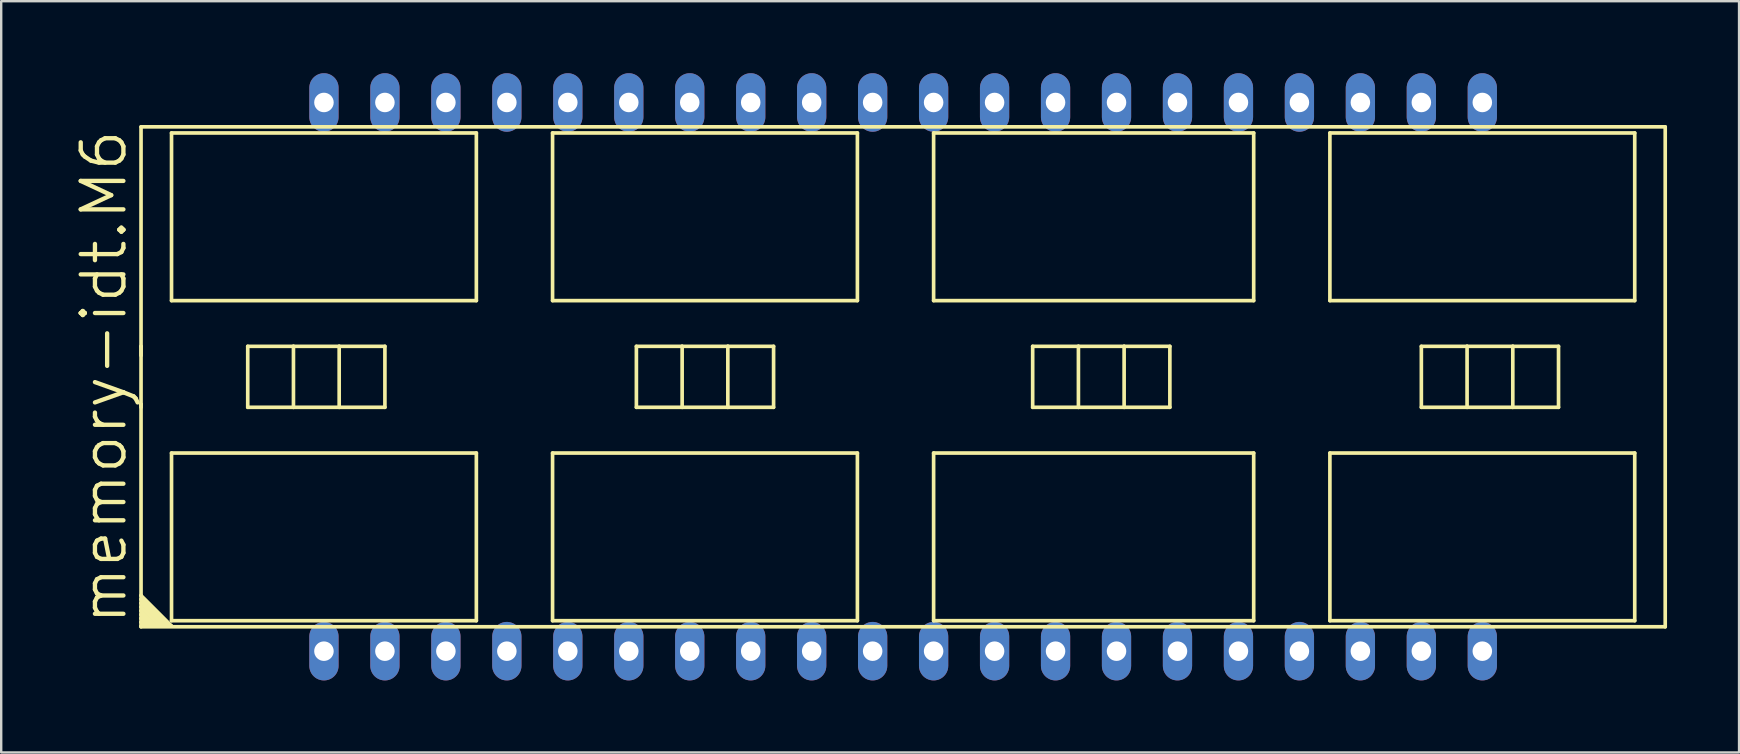
<source format=kicad_pcb>
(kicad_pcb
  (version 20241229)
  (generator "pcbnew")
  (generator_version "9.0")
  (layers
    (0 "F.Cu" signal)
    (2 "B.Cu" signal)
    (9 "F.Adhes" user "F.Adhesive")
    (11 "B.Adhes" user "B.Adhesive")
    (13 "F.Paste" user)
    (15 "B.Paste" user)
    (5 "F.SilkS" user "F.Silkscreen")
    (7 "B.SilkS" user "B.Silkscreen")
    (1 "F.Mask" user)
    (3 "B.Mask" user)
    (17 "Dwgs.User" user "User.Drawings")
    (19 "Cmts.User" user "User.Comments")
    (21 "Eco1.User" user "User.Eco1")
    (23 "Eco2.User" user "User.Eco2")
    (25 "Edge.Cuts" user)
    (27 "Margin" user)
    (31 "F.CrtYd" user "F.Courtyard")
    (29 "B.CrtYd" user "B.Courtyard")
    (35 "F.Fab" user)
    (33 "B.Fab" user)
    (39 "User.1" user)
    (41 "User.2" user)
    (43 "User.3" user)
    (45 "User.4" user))
  (footprint "memory-idt.M6"
    (layer "F.Cu")
    (at 34.576 12.649)
    (property "Reference" "memory-idt.M6" (at -32.258 10.414 90) (layer "F.SilkS") (effects (font (size 1.778 1.778) (thickness 0.18)) (justify left bottom)))
    (attr through_hole)
    (fp_line (start -31.75 -10.414) (end -31.75 -1.27) (stroke (width 0.152) (type default)) (layer "F.SilkS"))
    (fp_line (start -31.75 -1.27) (end -31.75 -0.889) (stroke (width 0.152) (type default)) (layer "F.SilkS"))
    (fp_line (start -31.75 -1.27) (end -31.75 1.143) (stroke (width 0.152) (type default)) (layer "F.SilkS"))
    (fp_line (start -31.75 1.143) (end -31.75 1.27) (stroke (width 0.152) (type default)) (layer "F.SilkS"))
    (fp_line (start -31.75 9.112) (end -31.75 1.143) (stroke (width 0.152) (type default)) (layer "F.SilkS"))
    (fp_line (start -31.75 9.112) (end -30.48 10.382) (stroke (width 0.152) (type default)) (layer "F.SilkS"))
    (fp_line (start -31.75 9.271) (end -31.75 9.112) (stroke (width 0.152) (type default)) (layer "F.SilkS"))
    (fp_line (start -31.75 9.271) (end -30.639 10.382) (stroke (width 0.152) (type default)) (layer "F.SilkS"))
    (fp_line (start -31.75 9.43) (end -31.75 9.271) (stroke (width 0.152) (type default)) (layer "F.SilkS"))
    (fp_line (start -31.75 9.43) (end -30.798 10.382) (stroke (width 0.152) (type default)) (layer "F.SilkS"))
    (fp_line (start -31.75 9.589) (end -31.75 9.43) (stroke (width 0.152) (type default)) (layer "F.SilkS"))
    (fp_line (start -31.75 9.589) (end -30.956 10.382) (stroke (width 0.152) (type default)) (layer "F.SilkS"))
    (fp_line (start -31.75 9.747) (end -31.75 9.589) (stroke (width 0.152) (type default)) (layer "F.SilkS"))
    (fp_line (start -31.75 9.747) (end -31.115 10.382) (stroke (width 0.152) (type default)) (layer "F.SilkS"))
    (fp_line (start -31.75 9.906) (end -31.75 9.747) (stroke (width 0.152) (type default)) (layer "F.SilkS"))
    (fp_line (start -31.75 9.906) (end -31.274 10.382) (stroke (width 0.152) (type default)) (layer "F.SilkS"))
    (fp_line (start -31.75 10.065) (end -31.75 9.906) (stroke (width 0.152) (type default)) (layer "F.SilkS"))
    (fp_line (start -31.75 10.065) (end -31.433 10.382) (stroke (width 0.152) (type default)) (layer "F.SilkS"))
    (fp_line (start -31.75 10.224) (end -31.75 10.065) (stroke (width 0.152) (type default)) (layer "F.SilkS"))
    (fp_line (start -31.75 10.224) (end -31.591 10.382) (stroke (width 0.152) (type default)) (layer "F.SilkS"))
    (fp_line (start -31.75 10.382) (end -31.75 10.224) (stroke (width 0.152) (type default)) (layer "F.SilkS"))
    (fp_line (start -31.75 10.382) (end -31.591 10.382) (stroke (width 0.152) (type default)) (layer "F.SilkS"))
    (fp_line (start -31.75 10.414) (end -31.75 10.382) (stroke (width 0.152) (type default)) (layer "F.SilkS"))
    (fp_line (start -31.75 10.414) (end 31.75 10.414) (stroke (width 0.152) (type default)) (layer "F.SilkS"))
    (fp_line (start -31.591 10.382) (end -31.433 10.382) (stroke (width 0.152) (type default)) (layer "F.SilkS"))
    (fp_line (start -31.433 10.382) (end -31.274 10.382) (stroke (width 0.152) (type default)) (layer "F.SilkS"))
    (fp_line (start -31.274 10.382) (end -31.115 10.382) (stroke (width 0.152) (type default)) (layer "F.SilkS"))
    (fp_line (start -31.115 10.382) (end -30.956 10.382) (stroke (width 0.152) (type default)) (layer "F.SilkS"))
    (fp_line (start -30.956 10.382) (end -30.798 10.382) (stroke (width 0.152) (type default)) (layer "F.SilkS"))
    (fp_line (start -30.798 10.382) (end -30.639 10.382) (stroke (width 0.152) (type default)) (layer "F.SilkS"))
    (fp_line (start -30.639 10.382) (end -30.48 10.382) (stroke (width 0.152) (type default)) (layer "F.SilkS"))
    (fp_line (start -30.48 -10.16) (end -30.48 -3.175) (stroke (width 0.152) (type default)) (layer "F.SilkS"))
    (fp_line (start -30.48 -3.175) (end -17.78 -3.175) (stroke (width 0.152) (type default)) (layer "F.SilkS"))
    (fp_line (start -30.48 3.175) (end -30.48 10.16) (stroke (width 0.152) (type default)) (layer "F.SilkS"))
    (fp_line (start -30.48 10.16) (end -17.78 10.16) (stroke (width 0.152) (type default)) (layer "F.SilkS"))
    (fp_line (start -27.305 -1.27) (end -27.305 1.27) (stroke (width 0.152) (type default)) (layer "F.SilkS"))
    (fp_line (start -27.305 -1.27) (end -25.4 -1.27) (stroke (width 0.152) (type default)) (layer "F.SilkS"))
    (fp_line (start -27.305 1.27) (end -25.4 1.27) (stroke (width 0.152) (type default)) (layer "F.SilkS"))
    (fp_line (start -25.4 -1.27) (end -25.4 1.27) (stroke (width 0.152) (type default)) (layer "F.SilkS"))
    (fp_line (start -25.4 -1.27) (end -23.495 -1.27) (stroke (width 0.152) (type default)) (layer "F.SilkS"))
    (fp_line (start -25.4 1.27) (end -23.495 1.27) (stroke (width 0.152) (type default)) (layer "F.SilkS"))
    (fp_line (start -23.495 -1.27) (end -23.495 1.27) (stroke (width 0.152) (type default)) (layer "F.SilkS"))
    (fp_line (start -23.495 -1.27) (end -21.59 -1.27) (stroke (width 0.152) (type default)) (layer "F.SilkS"))
    (fp_line (start -23.495 1.27) (end -21.59 1.27) (stroke (width 0.152) (type default)) (layer "F.SilkS"))
    (fp_line (start -21.59 -1.27) (end -21.59 1.27) (stroke (width 0.152) (type default)) (layer "F.SilkS"))
    (fp_line (start -17.78 -10.16) (end -30.48 -10.16) (stroke (width 0.152) (type default)) (layer "F.SilkS"))
    (fp_line (start -17.78 -3.175) (end -17.78 -10.16) (stroke (width 0.152) (type default)) (layer "F.SilkS"))
    (fp_line (start -17.78 3.175) (end -30.48 3.175) (stroke (width 0.152) (type default)) (layer "F.SilkS"))
    (fp_line (start -17.78 10.16) (end -17.78 3.175) (stroke (width 0.152) (type default)) (layer "F.SilkS"))
    (fp_line (start -14.605 -10.16) (end -1.905 -10.16) (stroke (width 0.152) (type default)) (layer "F.SilkS"))
    (fp_line (start -14.605 -3.175) (end -14.605 -10.16) (stroke (width 0.152) (type default)) (layer "F.SilkS"))
    (fp_line (start -14.605 3.175) (end -14.605 10.16) (stroke (width 0.152) (type default)) (layer "F.SilkS"))
    (fp_line (start -14.605 10.16) (end -1.905 10.16) (stroke (width 0.152) (type default)) (layer "F.SilkS"))
    (fp_line (start -11.113 -1.27) (end -11.113 1.27) (stroke (width 0.152) (type default)) (layer "F.SilkS"))
    (fp_line (start -11.113 -1.27) (end -9.207 -1.27) (stroke (width 0.152) (type default)) (layer "F.SilkS"))
    (fp_line (start -11.113 1.27) (end -9.207 1.27) (stroke (width 0.152) (type default)) (layer "F.SilkS"))
    (fp_line (start -9.207 -1.27) (end -9.207 1.27) (stroke (width 0.152) (type default)) (layer "F.SilkS"))
    (fp_line (start -9.207 -1.27) (end -7.303 -1.27) (stroke (width 0.152) (type default)) (layer "F.SilkS"))
    (fp_line (start -9.207 1.27) (end -7.303 1.27) (stroke (width 0.152) (type default)) (layer "F.SilkS"))
    (fp_line (start -7.303 -1.27) (end -7.303 1.27) (stroke (width 0.152) (type default)) (layer "F.SilkS"))
    (fp_line (start -7.303 -1.27) (end -5.397 -1.27) (stroke (width 0.152) (type default)) (layer "F.SilkS"))
    (fp_line (start -7.303 1.27) (end -5.397 1.27) (stroke (width 0.152) (type default)) (layer "F.SilkS"))
    (fp_line (start -5.397 -1.27) (end -5.397 1.27) (stroke (width 0.152) (type default)) (layer "F.SilkS"))
    (fp_line (start -1.905 -10.16) (end -1.905 -3.175) (stroke (width 0.152) (type default)) (layer "F.SilkS"))
    (fp_line (start -1.905 -3.175) (end -14.605 -3.175) (stroke (width 0.152) (type default)) (layer "F.SilkS"))
    (fp_line (start -1.905 3.175) (end -14.605 3.175) (stroke (width 0.152) (type default)) (layer "F.SilkS"))
    (fp_line (start -1.905 10.16) (end -1.905 3.175) (stroke (width 0.152) (type default)) (layer "F.SilkS"))
    (fp_line (start 1.27 -10.16) (end 14.605 -10.16) (stroke (width 0.152) (type default)) (layer "F.SilkS"))
    (fp_line (start 1.27 -3.175) (end 1.27 -10.16) (stroke (width 0.152) (type default)) (layer "F.SilkS"))
    (fp_line (start 1.27 3.175) (end 1.27 10.16) (stroke (width 0.152) (type default)) (layer "F.SilkS"))
    (fp_line (start 1.27 10.16) (end 14.605 10.16) (stroke (width 0.152) (type default)) (layer "F.SilkS"))
    (fp_line (start 5.397 -1.27) (end 5.397 1.27) (stroke (width 0.152) (type default)) (layer "F.SilkS"))
    (fp_line (start 5.397 -1.27) (end 7.303 -1.27) (stroke (width 0.152) (type default)) (layer "F.SilkS"))
    (fp_line (start 5.397 1.27) (end 7.303 1.27) (stroke (width 0.152) (type default)) (layer "F.SilkS"))
    (fp_line (start 7.303 -1.27) (end 7.303 1.27) (stroke (width 0.152) (type default)) (layer "F.SilkS"))
    (fp_line (start 7.303 -1.27) (end 9.207 -1.27) (stroke (width 0.152) (type default)) (layer "F.SilkS"))
    (fp_line (start 7.303 1.27) (end 9.207 1.27) (stroke (width 0.152) (type default)) (layer "F.SilkS"))
    (fp_line (start 9.207 -1.27) (end 9.207 1.27) (stroke (width 0.152) (type default)) (layer "F.SilkS"))
    (fp_line (start 9.207 -1.27) (end 11.113 -1.27) (stroke (width 0.152) (type default)) (layer "F.SilkS"))
    (fp_line (start 9.207 1.27) (end 11.113 1.27) (stroke (width 0.152) (type default)) (layer "F.SilkS"))
    (fp_line (start 11.113 -1.27) (end 11.113 1.27) (stroke (width 0.152) (type default)) (layer "F.SilkS"))
    (fp_line (start 14.605 -10.16) (end 14.605 -3.175) (stroke (width 0.152) (type default)) (layer "F.SilkS"))
    (fp_line (start 14.605 -3.175) (end 1.27 -3.175) (stroke (width 0.152) (type default)) (layer "F.SilkS"))
    (fp_line (start 14.605 3.175) (end 1.27 3.175) (stroke (width 0.152) (type default)) (layer "F.SilkS"))
    (fp_line (start 14.605 10.16) (end 14.605 3.175) (stroke (width 0.152) (type default)) (layer "F.SilkS"))
    (fp_line (start 17.78 -10.16) (end 30.48 -10.16) (stroke (width 0.152) (type default)) (layer "F.SilkS"))
    (fp_line (start 17.78 -3.175) (end 17.78 -10.16) (stroke (width 0.152) (type default)) (layer "F.SilkS"))
    (fp_line (start 17.78 3.175) (end 17.78 10.16) (stroke (width 0.152) (type default)) (layer "F.SilkS"))
    (fp_line (start 17.78 10.16) (end 30.48 10.16) (stroke (width 0.152) (type default)) (layer "F.SilkS"))
    (fp_line (start 21.59 -1.27) (end 21.59 1.27) (stroke (width 0.152) (type default)) (layer "F.SilkS"))
    (fp_line (start 21.59 -1.27) (end 23.495 -1.27) (stroke (width 0.152) (type default)) (layer "F.SilkS"))
    (fp_line (start 21.59 1.27) (end 23.495 1.27) (stroke (width 0.152) (type default)) (layer "F.SilkS"))
    (fp_line (start 23.495 -1.27) (end 23.495 1.27) (stroke (width 0.152) (type default)) (layer "F.SilkS"))
    (fp_line (start 23.495 -1.27) (end 25.4 -1.27) (stroke (width 0.152) (type default)) (layer "F.SilkS"))
    (fp_line (start 23.495 1.27) (end 25.4 1.27) (stroke (width 0.152) (type default)) (layer "F.SilkS"))
    (fp_line (start 25.4 -1.27) (end 25.4 1.27) (stroke (width 0.152) (type default)) (layer "F.SilkS"))
    (fp_line (start 25.4 -1.27) (end 27.305 -1.27) (stroke (width 0.152) (type default)) (layer "F.SilkS"))
    (fp_line (start 25.4 1.27) (end 27.305 1.27) (stroke (width 0.152) (type default)) (layer "F.SilkS"))
    (fp_line (start 27.305 -1.27) (end 27.305 1.27) (stroke (width 0.152) (type default)) (layer "F.SilkS"))
    (fp_line (start 30.48 -10.16) (end 30.48 -3.175) (stroke (width 0.152) (type default)) (layer "F.SilkS"))
    (fp_line (start 30.48 -3.175) (end 17.78 -3.175) (stroke (width 0.152) (type default)) (layer "F.SilkS"))
    (fp_line (start 30.48 3.175) (end 17.78 3.175) (stroke (width 0.152) (type default)) (layer "F.SilkS"))
    (fp_line (start 30.48 10.16) (end 30.48 3.175) (stroke (width 0.152) (type default)) (layer "F.SilkS"))
    (fp_line (start 31.75 -10.414) (end -31.75 -10.414) (stroke (width 0.152) (type default)) (layer "F.SilkS"))
    (fp_line (start 31.75 -10.414) (end 31.75 10.414) (stroke (width 0.152) (type default)) (layer "F.SilkS"))
    (pad "1" thru_hole oval (at -24.13 11.43 90) (size 2.438 1.219) (drill 0.813) (layers "*.Cu" "*.Mask"))
    (pad "2" thru_hole oval (at -21.59 11.43 90) (size 2.438 1.219) (drill 0.813) (layers "*.Cu" "*.Mask"))
    (pad "3" thru_hole oval (at -19.05 11.43 90) (size 2.438 1.219) (drill 0.813) (layers "*.Cu" "*.Mask"))
    (pad "4" thru_hole oval (at -16.51 11.43 90) (size 2.438 1.219) (drill 0.813) (layers "*.Cu" "*.Mask"))
    (pad "5" thru_hole oval (at -13.97 11.43 90) (size 2.438 1.219) (drill 0.813) (layers "*.Cu" "*.Mask"))
    (pad "6" thru_hole oval (at -11.43 11.43 90) (size 2.438 1.219) (drill 0.813) (layers "*.Cu" "*.Mask"))
    (pad "7" thru_hole oval (at -8.89 11.43 90) (size 2.438 1.219) (drill 0.813) (layers "*.Cu" "*.Mask"))
    (pad "8" thru_hole oval (at -6.35 11.43 90) (size 2.438 1.219) (drill 0.813) (layers "*.Cu" "*.Mask"))
    (pad "9" thru_hole oval (at -3.81 11.43 90) (size 2.438 1.219) (drill 0.813) (layers "*.Cu" "*.Mask"))
    (pad "10" thru_hole oval (at -1.27 11.43 90) (size 2.438 1.219) (drill 0.813) (layers "*.Cu" "*.Mask"))
    (pad "11" thru_hole oval (at 1.27 11.43 90) (size 2.438 1.219) (drill 0.813) (layers "*.Cu" "*.Mask"))
    (pad "12" thru_hole oval (at 3.81 11.43 90) (size 2.438 1.219) (drill 0.813) (layers "*.Cu" "*.Mask"))
    (pad "13" thru_hole oval (at 6.35 11.43 90) (size 2.438 1.219) (drill 0.813) (layers "*.Cu" "*.Mask"))
    (pad "14" thru_hole oval (at 8.89 11.43 90) (size 2.438 1.219) (drill 0.813) (layers "*.Cu" "*.Mask"))
    (pad "15" thru_hole oval (at 11.43 11.43 90) (size 2.438 1.219) (drill 0.813) (layers "*.Cu" "*.Mask"))
    (pad "16" thru_hole oval (at 13.97 11.43 90) (size 2.438 1.219) (drill 0.813) (layers "*.Cu" "*.Mask"))
    (pad "17" thru_hole oval (at 16.51 11.43 90) (size 2.438 1.219) (drill 0.813) (layers "*.Cu" "*.Mask"))
    (pad "18" thru_hole oval (at 19.05 11.43 90) (size 2.438 1.219) (drill 0.813) (layers "*.Cu" "*.Mask"))
    (pad "19" thru_hole oval (at 21.59 11.43 90) (size 2.438 1.219) (drill 0.813) (layers "*.Cu" "*.Mask"))
    (pad "20" thru_hole oval (at 24.13 11.43 90) (size 2.438 1.219) (drill 0.813) (layers "*.Cu" "*.Mask"))
    (pad "21" thru_hole oval (at 24.13 -11.43 90) (size 2.438 1.219) (drill 0.813) (layers "*.Cu" "*.Mask"))
    (pad "22" thru_hole oval (at 21.59 -11.43 90) (size 2.438 1.219) (drill 0.813) (layers "*.Cu" "*.Mask"))
    (pad "23" thru_hole oval (at 19.05 -11.43 90) (size 2.438 1.219) (drill 0.813) (layers "*.Cu" "*.Mask"))
    (pad "24" thru_hole oval (at 16.51 -11.43 90) (size 2.438 1.219) (drill 0.813) (layers "*.Cu" "*.Mask"))
    (pad "25" thru_hole oval (at 13.97 -11.43 90) (size 2.438 1.219) (drill 0.813) (layers "*.Cu" "*.Mask"))
    (pad "26" thru_hole oval (at 11.43 -11.43 90) (size 2.438 1.219) (drill 0.813) (layers "*.Cu" "*.Mask"))
    (pad "27" thru_hole oval (at 8.89 -11.43 90) (size 2.438 1.219) (drill 0.813) (layers "*.Cu" "*.Mask"))
    (pad "28" thru_hole oval (at 6.35 -11.43 90) (size 2.438 1.219) (drill 0.813) (layers "*.Cu" "*.Mask"))
    (pad "29" thru_hole oval (at 3.81 -11.43 90) (size 2.438 1.219) (drill 0.813) (layers "*.Cu" "*.Mask"))
    (pad "30" thru_hole oval (at 1.27 -11.43 90) (size 2.438 1.219) (drill 0.813) (layers "*.Cu" "*.Mask"))
    (pad "31" thru_hole oval (at -1.27 -11.43 90) (size 2.438 1.219) (drill 0.813) (layers "*.Cu" "*.Mask"))
    (pad "32" thru_hole oval (at -3.81 -11.43 90) (size 2.438 1.219) (drill 0.813) (layers "*.Cu" "*.Mask"))
    (pad "33" thru_hole oval (at -6.35 -11.43 90) (size 2.438 1.219) (drill 0.813) (layers "*.Cu" "*.Mask"))
    (pad "34" thru_hole oval (at -8.89 -11.43 90) (size 2.438 1.219) (drill 0.813) (layers "*.Cu" "*.Mask"))
    (pad "35" thru_hole oval (at -11.43 -11.43 90) (size 2.438 1.219) (drill 0.813) (layers "*.Cu" "*.Mask"))
    (pad "36" thru_hole oval (at -13.97 -11.43 90) (size 2.438 1.219) (drill 0.813) (layers "*.Cu" "*.Mask"))
    (pad "37" thru_hole oval (at -16.51 -11.43 90) (size 2.438 1.219) (drill 0.813) (layers "*.Cu" "*.Mask"))
    (pad "38" thru_hole oval (at -19.05 -11.43 90) (size 2.438 1.219) (drill 0.813) (layers "*.Cu" "*.Mask"))
    (pad "39" thru_hole oval (at -21.59 -11.43 90) (size 2.438 1.219) (drill 0.813) (layers "*.Cu" "*.Mask"))
    (pad "40" thru_hole oval (at -24.13 -11.43 90) (size 2.438 1.219) (drill 0.813) (layers "*.Cu" "*.Mask")))
  (gr_rect
    (start -3 -3)
    (end 69.402 28.298)
    (stroke (width 0.1) (type default))
    (fill no)
    (layer "Edge.Cuts")))
</source>
